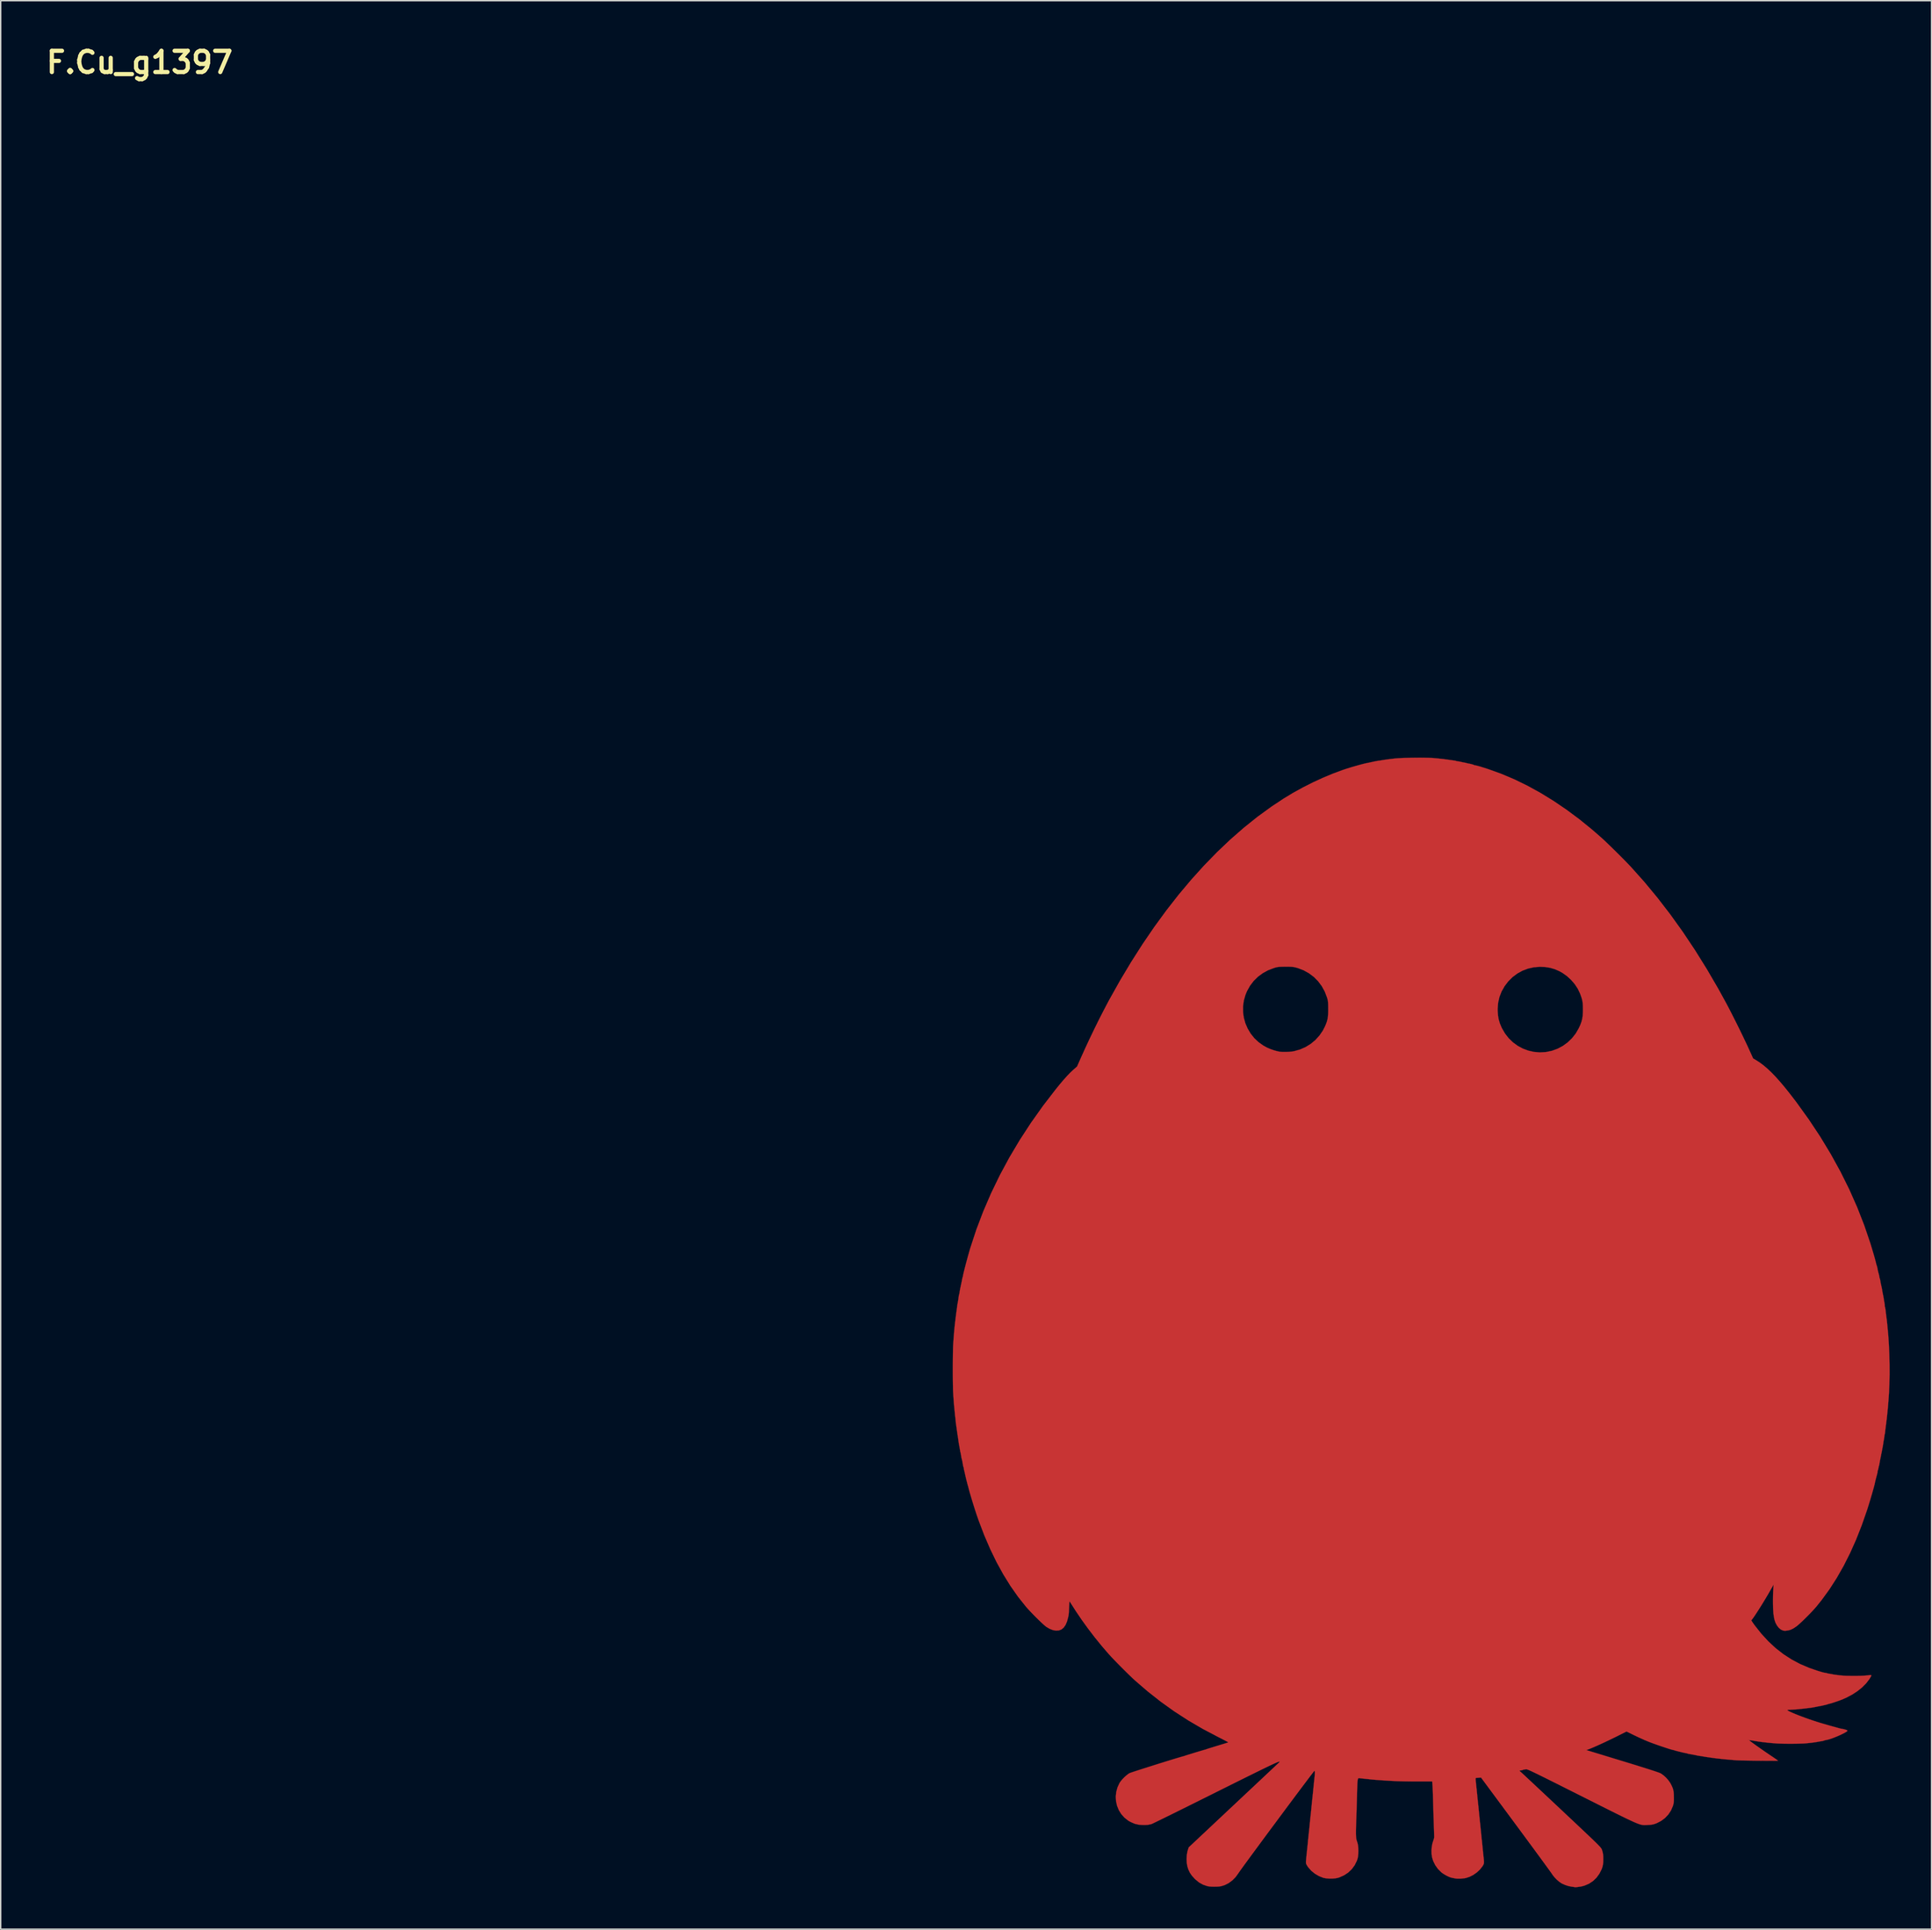
<source format=kicad_pcb>
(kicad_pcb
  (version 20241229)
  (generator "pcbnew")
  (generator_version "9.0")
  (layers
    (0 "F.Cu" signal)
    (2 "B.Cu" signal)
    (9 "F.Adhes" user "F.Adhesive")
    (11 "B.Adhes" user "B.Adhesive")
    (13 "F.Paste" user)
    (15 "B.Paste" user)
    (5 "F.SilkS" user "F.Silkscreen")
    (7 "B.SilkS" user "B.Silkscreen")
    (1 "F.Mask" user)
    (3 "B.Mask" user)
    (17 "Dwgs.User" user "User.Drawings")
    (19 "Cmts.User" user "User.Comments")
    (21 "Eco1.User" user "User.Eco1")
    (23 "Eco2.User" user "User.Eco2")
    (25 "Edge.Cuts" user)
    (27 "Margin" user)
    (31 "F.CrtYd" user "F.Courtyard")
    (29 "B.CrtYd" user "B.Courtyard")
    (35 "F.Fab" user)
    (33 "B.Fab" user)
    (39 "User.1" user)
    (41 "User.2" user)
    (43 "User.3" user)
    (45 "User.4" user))
  (footprint "F.Cu_g1397"
    (layer "F.Cu")
    (at 6.938 1.418)
    (property "Reference" "F.Cu_g1397" (at 0 0 0) (layer "F.SilkS") (effects (font (size 1.524 1.524) (thickness 0.3))))
    (attr through_hole)
    (fp_poly (pts (xy 91.952 49.768) (xy 92.219 49.774) (xy 92.446 49.783) (xy 92.583 49.793) (xy 92.884 49.82) (xy 93.142 49.847) (xy 93.378 49.875) (xy 93.614 49.908) (xy 93.726 49.924) (xy 93.803 49.935) (xy 93.912 49.95) (xy 93.98 49.959) (xy 94.081 49.973) (xy 94.155 49.988) (xy 94.179 49.996) (xy 94.225 50.01) (xy 94.305 50.024) (xy 94.319 50.026) (xy 94.429 50.043) (xy 94.548 50.068) (xy 94.564 50.072) (xy 94.672 50.096) (xy 94.77 50.115) (xy 94.785 50.117) (xy 94.879 50.136) (xy 94.944 50.154) (xy 95.02 50.174) (xy 95.059 50.181) (xy 95.145 50.195) (xy 95.253 50.22) (xy 95.362 50.25) (xy 95.451 50.279) (xy 95.496 50.3) (xy 95.53 50.318) (xy 95.536 50.314) (xy 95.565 50.312) (xy 95.65 50.33) (xy 95.785 50.366) (xy 95.967 50.419) (xy 96.19 50.488) (xy 96.451 50.572) (xy 96.488 50.584) (xy 97.422 50.92) (xy 98.359 51.317) (xy 99.298 51.775) (xy 100.235 52.291) (xy 101.168 52.865) (xy 102.094 53.494) (xy 103.012 54.177) (xy 103.918 54.913) (xy 104.569 55.48) (xy 104.744 55.641) (xy 104.954 55.839) (xy 105.19 56.065) (xy 105.441 56.31) (xy 105.699 56.565) (xy 105.955 56.82) (xy 106.199 57.066) (xy 106.423 57.295) (xy 106.617 57.498) (xy 106.693 57.579) (xy 107.654 58.655) (xy 108.593 59.789) (xy 109.511 60.981) (xy 110.406 62.23) (xy 111.277 63.534) (xy 112.124 64.893) (xy 112.946 66.304) (xy 113.516 67.342) (xy 113.685 67.662) (xy 113.873 68.027) (xy 114.074 68.424) (xy 114.282 68.839) (xy 114.49 69.261) (xy 114.691 69.675) (xy 114.879 70.068) (xy 115.049 70.429) (xy 115.153 70.657) (xy 115.44 71.29) (xy 115.672 71.429) (xy 115.931 71.598) (xy 116.193 71.795) (xy 116.463 72.025) (xy 116.744 72.29) (xy 117.037 72.593) (xy 117.347 72.939) (xy 117.677 73.329) (xy 118.029 73.768) (xy 118.407 74.258) (xy 118.543 74.438) (xy 119.42 75.656) (xy 120.236 76.887) (xy 120.99 78.132) (xy 121.683 79.39) (xy 122.314 80.66) (xy 122.883 81.943) (xy 123.39 83.239) (xy 123.834 84.546) (xy 124.08 85.367) (xy 124.131 85.549) (xy 124.176 85.713) (xy 124.212 85.849) (xy 124.236 85.945) (xy 124.245 85.987) (xy 124.261 86.058) (xy 124.275 86.09) (xy 124.295 86.144) (xy 124.319 86.239) (xy 124.343 86.352) (xy 124.353 86.408) (xy 124.364 86.472) (xy 124.38 86.541) (xy 124.406 86.638) (xy 124.425 86.703) (xy 124.452 86.812) (xy 124.472 86.912) (xy 124.475 86.933) (xy 124.489 87.009) (xy 124.504 87.053) (xy 124.52 87.101) (xy 124.537 87.183) (xy 124.54 87.205) (xy 124.56 87.326) (xy 124.581 87.431) (xy 124.609 87.555) (xy 124.617 87.586) (xy 124.643 87.706) (xy 124.666 87.827) (xy 124.668 87.84) (xy 124.684 87.942) (xy 124.697 88.02) (xy 124.713 88.103) (xy 124.737 88.217) (xy 124.74 88.233) (xy 124.764 88.355) (xy 124.784 88.471) (xy 124.791 88.519) (xy 124.806 88.616) (xy 124.827 88.739) (xy 124.839 88.802) (xy 124.855 88.899) (xy 124.862 88.967) (xy 124.859 88.988) (xy 124.858 89.024) (xy 124.872 89.073) (xy 124.89 89.142) (xy 124.908 89.249) (xy 124.921 89.348) (xy 124.934 89.468) (xy 124.946 89.574) (xy 124.954 89.63) (xy 124.978 89.817) (xy 125.001 90) (xy 125.015 90.122) (xy 125.026 90.231) (xy 125.04 90.362) (xy 125.046 90.424) (xy 125.107 91.08) (xy 125.153 91.772) (xy 125.185 92.484) (xy 125.201 93.202) (xy 125.203 93.911) (xy 125.19 94.594) (xy 125.161 95.238) (xy 125.144 95.488) (xy 125.127 95.715) (xy 125.114 95.89) (xy 125.104 96.025) (xy 125.095 96.131) (xy 125.088 96.219) (xy 125.081 96.298) (xy 125.053 96.58) (xy 125.027 96.837) (xy 125.003 97.055) (xy 124.987 97.187) (xy 124.974 97.288) (xy 124.958 97.411) (xy 124.953 97.457) (xy 124.938 97.567) (xy 124.926 97.664) (xy 124.922 97.695) (xy 124.913 97.768) (xy 124.9 97.878) (xy 124.889 97.98) (xy 124.876 98.089) (xy 124.863 98.172) (xy 124.853 98.209) (xy 124.842 98.251) (xy 124.83 98.335) (xy 124.823 98.4) (xy 124.81 98.504) (xy 124.797 98.586) (xy 124.79 98.614) (xy 124.777 98.672) (xy 124.763 98.765) (xy 124.758 98.804) (xy 124.739 98.934) (xy 124.716 99.069) (xy 124.711 99.092) (xy 124.689 99.204) (xy 124.67 99.307) (xy 124.667 99.33) (xy 124.647 99.436) (xy 124.63 99.52) (xy 124.611 99.605) (xy 124.599 99.663) (xy 124.587 99.731) (xy 124.575 99.79) (xy 124.528 100.021) (xy 124.511 100.108) (xy 124.496 100.193) (xy 124.479 100.298) (xy 124.477 100.311) (xy 124.461 100.397) (xy 124.444 100.456) (xy 124.441 100.462) (xy 124.425 100.511) (xy 124.411 100.592) (xy 124.409 100.604) (xy 124.391 100.698) (xy 124.367 100.77) (xy 124.365 100.774) (xy 124.346 100.825) (xy 124.349 100.843) (xy 124.347 100.878) (xy 124.332 100.958) (xy 124.305 101.067) (xy 124.299 101.093) (xy 124.266 101.215) (xy 124.239 101.317) (xy 124.222 101.381) (xy 124.221 101.386) (xy 124.183 101.537) (xy 124.156 101.662) (xy 124.154 101.677) (xy 124.133 101.77) (xy 124.096 101.913) (xy 124.046 102.098) (xy 123.985 102.313) (xy 123.917 102.55) (xy 123.844 102.797) (xy 123.769 103.046) (xy 123.695 103.287) (xy 123.625 103.509) (xy 123.586 103.63) (xy 123.209 104.711) (xy 122.805 105.735) (xy 122.372 106.704) (xy 121.91 107.619) (xy 121.418 108.482) (xy 120.897 109.293) (xy 120.344 110.054) (xy 119.956 110.538) (xy 119.832 110.679) (xy 119.679 110.846) (xy 119.506 111.027) (xy 119.321 111.215) (xy 119.135 111.401) (xy 118.955 111.575) (xy 118.791 111.728) (xy 118.652 111.851) (xy 118.555 111.931) (xy 118.331 112.083) (xy 118.132 112.18) (xy 117.999 112.22) (xy 117.857 112.246) (xy 117.758 112.259) (xy 117.681 112.259) (xy 117.607 112.246) (xy 117.575 112.238) (xy 117.419 112.165) (xy 117.272 112.039) (xy 117.143 111.872) (xy 117.037 111.672) (xy 116.964 111.451) (xy 116.945 111.355) (xy 116.93 111.267) (xy 116.918 111.197) (xy 116.896 111.039) (xy 116.88 110.831) (xy 116.868 110.584) (xy 116.862 110.311) (xy 116.861 110.023) (xy 116.865 109.734) (xy 116.876 109.455) (xy 116.883 109.331) (xy 116.907 108.95) (xy 116.608 109.474) (xy 116.477 109.701) (xy 116.336 109.938) (xy 116.19 110.18) (xy 116.043 110.419) (xy 115.898 110.65) (xy 115.76 110.866) (xy 115.633 111.06) (xy 115.522 111.227) (xy 115.429 111.36) (xy 115.36 111.452) (xy 115.317 111.497) (xy 115.312 111.5) (xy 115.321 111.528) (xy 115.362 111.597) (xy 115.429 111.698) (xy 115.517 111.822) (xy 115.56 111.881) (xy 116.035 112.48) (xy 116.532 113.02) (xy 117.055 113.505) (xy 117.607 113.935) (xy 118.191 114.313) (xy 118.808 114.641) (xy 119.463 114.92) (xy 120.031 115.116) (xy 120.204 115.169) (xy 120.329 115.206) (xy 120.419 115.232) (xy 120.487 115.249) (xy 120.545 115.26) (xy 120.607 115.27) (xy 120.615 115.271) (xy 120.696 115.286) (xy 120.749 115.302) (xy 120.751 115.303) (xy 120.799 115.318) (xy 120.881 115.332) (xy 120.897 115.334) (xy 121 115.349) (xy 121.09 115.366) (xy 121.094 115.368) (xy 121.192 115.388) (xy 121.253 115.398) (xy 121.478 115.427) (xy 121.663 115.449) (xy 121.822 115.465) (xy 121.973 115.476) (xy 122.132 115.482) (xy 122.315 115.485) (xy 122.539 115.486) (xy 122.65 115.486) (xy 122.905 115.486) (xy 123.11 115.483) (xy 123.282 115.477) (xy 123.434 115.468) (xy 123.582 115.455) (xy 123.739 115.436) (xy 123.801 115.428) (xy 123.87 115.428) (xy 123.904 115.442) (xy 123.895 115.478) (xy 123.856 115.554) (xy 123.796 115.656) (xy 123.757 115.717) (xy 123.527 116.019) (xy 123.241 116.307) (xy 122.904 116.578) (xy 122.524 116.826) (xy 122.106 117.047) (xy 121.781 117.188) (xy 121.646 117.239) (xy 121.488 117.296) (xy 121.323 117.352) (xy 121.165 117.404) (xy 121.028 117.447) (xy 120.927 117.475) (xy 120.888 117.483) (xy 120.82 117.5) (xy 120.793 117.512) (xy 120.748 117.527) (xy 120.658 117.552) (xy 120.54 117.58) (xy 120.411 117.61) (xy 120.288 117.636) (xy 120.19 117.654) (xy 120.098 117.67) (xy 120.031 117.683) (xy 119.861 117.718) (xy 119.733 117.742) (xy 119.626 117.76) (xy 119.521 117.774) (xy 119.491 117.778) (xy 119.374 117.792) (xy 119.271 117.805) (xy 119.221 117.811) (xy 119.124 117.823) (xy 118.976 117.839) (xy 118.79 117.858) (xy 118.618 117.875) (xy 118.49 117.886) (xy 118.336 117.896) (xy 118.221 117.903) (xy 118.096 117.909) (xy 117.987 117.915) (xy 117.919 117.918) (xy 117.891 117.931) (xy 117.916 117.961) (xy 117.992 118.007) (xy 118.11 118.067) (xy 118.267 118.137) (xy 118.457 118.217) (xy 118.673 118.304) (xy 118.912 118.395) (xy 119.166 118.489) (xy 119.43 118.583) (xy 119.7 118.675) (xy 119.969 118.764) (xy 120.232 118.846) (xy 120.475 118.918) (xy 120.631 118.962) (xy 120.768 119.002) (xy 120.872 119.032) (xy 120.93 119.049) (xy 120.936 119.051) (xy 120.977 119.064) (xy 120.983 119.065) (xy 121.013 119.072) (xy 121.098 119.095) (xy 121.233 119.133) (xy 121.413 119.182) (xy 121.618 119.24) (xy 121.697 119.258) (xy 121.779 119.273) (xy 121.934 119.303) (xy 122.062 119.338) (xy 122.151 119.374) (xy 122.189 119.407) (xy 122.19 119.411) (xy 122.162 119.45) (xy 122.083 119.505) (xy 121.964 119.574) (xy 121.813 119.65) (xy 121.641 119.732) (xy 121.456 119.813) (xy 121.269 119.889) (xy 121.089 119.958) (xy 120.925 120.013) (xy 120.786 120.052) (xy 120.745 120.06) (xy 120.612 120.087) (xy 120.53 120.109) (xy 120.496 120.123) (xy 120.449 120.139) (xy 120.367 120.155) (xy 120.345 120.159) (xy 120.247 120.174) (xy 120.167 120.188) (xy 120.158 120.19) (xy 119.885 120.237) (xy 119.583 120.277) (xy 119.237 120.312) (xy 119.126 120.322) (xy 118.994 120.329) (xy 118.812 120.335) (xy 118.593 120.339) (xy 118.348 120.342) (xy 118.092 120.343) (xy 117.837 120.342) (xy 117.596 120.339) (xy 117.382 120.334) (xy 117.207 120.328) (xy 117.126 120.323) (xy 116.793 120.297) (xy 116.459 120.265) (xy 116.141 120.229) (xy 115.855 120.192) (xy 115.641 120.159) (xy 115.454 120.127) (xy 115.321 120.105) (xy 115.235 120.093) (xy 115.187 120.09) (xy 115.17 120.095) (xy 115.175 120.108) (xy 115.191 120.124) (xy 115.242 120.166) (xy 115.339 120.239) (xy 115.472 120.336) (xy 115.633 120.453) (xy 115.816 120.582) (xy 116.012 120.72) (xy 116.213 120.86) (xy 116.411 120.996) (xy 116.599 121.124) (xy 116.689 121.185) (xy 116.851 121.293) (xy 116.992 121.39) (xy 117.106 121.469) (xy 117.185 121.526) (xy 117.22 121.554) (xy 117.221 121.556) (xy 117.191 121.56) (xy 117.104 121.562) (xy 116.969 121.563) (xy 116.794 121.564) (xy 116.585 121.564) (xy 116.35 121.562) (xy 116.097 121.561) (xy 115.833 121.558) (xy 115.567 121.556) (xy 115.304 121.552) (xy 115.054 121.549) (xy 114.823 121.545) (xy 114.62 121.541) (xy 114.451 121.536) (xy 114.324 121.532) (xy 114.252 121.528) (xy 113.94 121.502) (xy 113.672 121.479) (xy 113.43 121.457) (xy 113.197 121.434) (xy 113.125 121.426) (xy 112.942 121.406) (xy 112.786 121.388) (xy 112.629 121.368) (xy 112.442 121.342) (xy 112.395 121.335) (xy 112.279 121.318) (xy 112.173 121.303) (xy 111.994 121.276) (xy 111.787 121.241) (xy 111.776 121.239) (xy 111.705 121.227) (xy 111.605 121.213) (xy 111.57 121.208) (xy 111.468 121.192) (xy 111.386 121.175) (xy 111.368 121.17) (xy 111.29 121.151) (xy 111.225 121.139) (xy 111.135 121.124) (xy 111.077 121.112) (xy 111.004 121.098) (xy 110.906 121.082) (xy 110.89 121.08) (xy 110.804 121.064) (xy 110.745 121.047) (xy 110.739 121.044) (xy 110.688 121.027) (xy 110.624 121.015) (xy 110.556 121.003) (xy 110.447 120.979) (xy 110.311 120.947) (xy 110.166 120.911) (xy 110.027 120.876) (xy 109.912 120.846) (xy 109.837 120.824) (xy 109.823 120.819) (xy 109.754 120.798) (xy 109.7 120.786) (xy 109.623 120.768) (xy 109.496 120.731) (xy 109.33 120.679) (xy 109.136 120.615) (xy 108.923 120.544) (xy 108.702 120.468) (xy 108.483 120.391) (xy 108.277 120.317) (xy 108.093 120.248) (xy 107.966 120.199) (xy 107.771 120.118) (xy 107.644 120.063) (xy 115.094 120.063) (xy 115.11 120.079) (xy 115.126 120.063) (xy 115.11 120.047) (xy 115.094 120.063) (xy 107.644 120.063) (xy 107.542 120.018) (xy 107.3 119.909) (xy 107.067 119.8) (xy 106.937 119.738) (xy 106.385 119.467) (xy 105.644 119.837) (xy 105.376 119.969) (xy 105.096 120.104) (xy 104.814 120.237) (xy 104.538 120.365) (xy 104.279 120.482) (xy 104.045 120.585) (xy 103.847 120.669) (xy 103.693 120.731) (xy 103.657 120.744) (xy 103.507 120.798) (xy 106.086 121.585) (xy 106.606 121.744) (xy 107.068 121.886) (xy 107.472 122.012) (xy 107.821 122.122) (xy 108.116 122.216) (xy 108.358 122.295) (xy 108.55 122.36) (xy 108.694 122.411) (xy 108.79 122.449) (xy 108.836 122.471) (xy 109.021 122.6) (xy 109.207 122.769) (xy 109.376 122.959) (xy 109.51 123.15) (xy 109.542 123.208) (xy 109.628 123.38) (xy 109.69 123.526) (xy 109.73 123.664) (xy 109.755 123.812) (xy 109.768 123.987) (xy 109.772 124.206) (xy 109.771 124.384) (xy 109.764 124.521) (xy 109.746 124.635) (xy 109.716 124.75) (xy 109.699 124.805) (xy 109.563 125.12) (xy 109.374 125.406) (xy 109.138 125.657) (xy 108.86 125.866) (xy 108.548 126.027) (xy 108.49 126.05) (xy 108.377 126.09) (xy 108.277 126.118) (xy 108.172 126.137) (xy 108.044 126.149) (xy 107.875 126.159) (xy 107.833 126.161) (xy 107.763 126.164) (xy 107.699 126.166) (xy 107.637 126.166) (xy 107.575 126.163) (xy 107.509 126.154) (xy 107.437 126.14) (xy 107.355 126.118) (xy 107.26 126.087) (xy 107.15 126.046) (xy 107.021 125.993) (xy 106.871 125.927) (xy 106.695 125.847) (xy 106.492 125.752) (xy 106.258 125.639) (xy 105.991 125.508) (xy 105.686 125.358) (xy 105.342 125.187) (xy 104.954 124.993) (xy 104.521 124.776) (xy 104.039 124.533) (xy 103.505 124.265) (xy 103.171 124.097) (xy 102.623 123.822) (xy 102.129 123.574) (xy 101.686 123.351) (xy 101.291 123.153) (xy 100.941 122.978) (xy 100.634 122.825) (xy 100.366 122.692) (xy 100.134 122.578) (xy 99.937 122.481) (xy 99.77 122.401) (xy 99.631 122.335) (xy 99.517 122.282) (xy 99.425 122.242) (xy 99.353 122.212) (xy 99.297 122.191) (xy 99.254 122.178) (xy 99.222 122.172) (xy 99.198 122.17) (xy 99.179 122.172) (xy 99.176 122.173) (xy 99.101 122.187) (xy 99.062 122.187) (xy 99.06 122.185) (xy 99.037 122.187) (xy 98.998 122.205) (xy 98.923 122.232) (xy 98.832 122.251) (xy 98.758 122.261) (xy 98.718 122.267) (xy 98.717 122.267) (xy 98.735 122.288) (xy 98.79 122.34) (xy 98.872 122.416) (xy 98.912 122.452) (xy 98.962 122.497) (xy 99.054 122.583) (xy 99.187 122.707) (xy 99.356 122.865) (xy 99.559 123.055) (xy 99.793 123.274) (xy 100.054 123.518) (xy 100.339 123.785) (xy 100.645 124.073) (xy 100.97 124.377) (xy 101.308 124.695) (xy 101.659 125.025) (xy 101.835 125.19) (xy 102.248 125.579) (xy 102.618 125.927) (xy 102.946 126.236) (xy 103.235 126.509) (xy 103.488 126.748) (xy 103.708 126.957) (xy 103.896 127.136) (xy 104.055 127.29) (xy 104.188 127.42) (xy 104.298 127.528) (xy 104.386 127.618) (xy 104.455 127.691) (xy 104.509 127.751) (xy 104.548 127.799) (xy 104.577 127.838) (xy 104.597 127.871) (xy 104.611 127.899) (xy 104.616 127.913) (xy 104.669 128.076) (xy 104.702 128.239) (xy 104.719 128.425) (xy 104.722 128.603) (xy 104.717 128.825) (xy 104.696 129.005) (xy 104.658 129.168) (xy 104.603 129.325) (xy 104.441 129.646) (xy 104.235 129.929) (xy 103.988 130.167) (xy 103.705 130.356) (xy 103.394 130.492) (xy 103.272 130.528) (xy 103.156 130.557) (xy 103.092 130.568) (xy 102.987 130.582) (xy 102.866 130.599) (xy 102.838 130.603) (xy 102.749 130.613) (xy 102.69 130.613) (xy 102.679 130.609) (xy 102.642 130.599) (xy 102.56 130.586) (xy 102.465 130.575) (xy 102.242 130.533) (xy 102.003 130.457) (xy 101.776 130.356) (xy 101.715 130.322) (xy 101.555 130.21) (xy 101.386 130.064) (xy 101.229 129.9) (xy 101.101 129.739) (xy 101.061 129.678) (xy 101.029 129.63) (xy 100.961 129.534) (xy 100.86 129.394) (xy 100.728 129.212) (xy 100.568 128.992) (xy 100.382 128.736) (xy 100.172 128.449) (xy 99.94 128.134) (xy 99.69 127.792) (xy 99.422 127.429) (xy 99.141 127.047) (xy 98.847 126.648) (xy 98.543 126.237) (xy 98.462 126.127) (xy 95.973 122.762) (xy 95.842 122.773) (xy 95.741 122.781) (xy 95.657 122.788) (xy 95.644 122.789) (xy 95.62 122.79) (xy 95.603 122.797) (xy 95.592 122.816) (xy 95.587 122.856) (xy 95.589 122.924) (xy 95.598 123.028) (xy 95.613 123.176) (xy 95.634 123.376) (xy 95.646 123.492) (xy 95.659 123.606) (xy 95.673 123.75) (xy 95.692 123.935) (xy 95.711 124.127) (xy 95.724 124.259) (xy 95.737 124.389) (xy 95.744 124.452) (xy 95.757 124.579) (xy 95.771 124.709) (xy 95.773 124.722) (xy 95.795 124.936) (xy 95.822 125.21) (xy 95.837 125.365) (xy 95.863 125.62) (xy 95.884 125.832) (xy 95.901 125.984) (xy 95.919 126.146) (xy 95.942 126.372) (xy 95.964 126.603) (xy 95.99 126.858) (xy 96.011 127.07) (xy 96.028 127.222) (xy 96.046 127.385) (xy 96.069 127.61) (xy 96.091 127.841) (xy 96.12 128.132) (xy 96.145 128.367) (xy 96.157 128.476) (xy 96.176 128.653) (xy 96.185 128.781) (xy 96.182 128.875) (xy 96.166 128.951) (xy 96.133 129.022) (xy 96.083 129.104) (xy 96.07 129.124) (xy 95.892 129.35) (xy 95.672 129.555) (xy 95.423 129.73) (xy 95.159 129.866) (xy 94.895 129.953) (xy 94.802 129.971) (xy 94.507 130.004) (xy 94.266 130.004) (xy 94.139 129.987) (xy 94.021 129.964) (xy 93.914 129.942) (xy 93.869 129.934) (xy 93.747 129.897) (xy 93.594 129.83) (xy 93.429 129.743) (xy 93.27 129.646) (xy 93.135 129.548) (xy 93.128 129.542) (xy 92.895 129.309) (xy 92.7 129.036) (xy 92.552 128.737) (xy 92.472 128.482) (xy 92.437 128.249) (xy 92.43 127.989) (xy 92.449 127.726) (xy 92.494 127.484) (xy 92.535 127.349) (xy 92.577 127.226) (xy 92.609 127.116) (xy 92.623 127.04) (xy 92.624 127.032) (xy 92.623 126.976) (xy 92.62 126.868) (xy 92.615 126.72) (xy 92.609 126.541) (xy 92.603 126.345) (xy 92.602 126.333) (xy 92.588 125.92) (xy 92.575 125.538) (xy 92.564 125.166) (xy 92.553 124.781) (xy 92.541 124.363) (xy 92.537 124.206) (xy 92.531 123.989) (xy 92.524 123.775) (xy 92.516 123.579) (xy 92.508 123.416) (xy 92.501 123.301) (xy 92.501 123.299) (xy 92.481 123.043) (xy 91.476 123.044) (xy 90.938 123.042) (xy 90.451 123.036) (xy 90.004 123.023) (xy 89.585 123.005) (xy 89.249 122.985) (xy 88.947 122.965) (xy 88.699 122.948) (xy 88.495 122.933) (xy 88.327 122.919) (xy 88.185 122.907) (xy 88.059 122.894) (xy 88.011 122.888) (xy 87.91 122.877) (xy 87.787 122.864) (xy 87.741 122.86) (xy 87.56 122.841) (xy 87.413 122.825) (xy 87.31 122.813) (xy 87.261 122.807) (xy 87.226 122.804) (xy 87.197 122.815) (xy 87.175 122.845) (xy 87.157 122.902) (xy 87.142 122.989) (xy 87.131 123.115) (xy 87.122 123.285) (xy 87.114 123.504) (xy 87.107 123.78) (xy 87.105 123.841) (xy 87.094 124.272) (xy 87.083 124.672) (xy 87.071 125.062) (xy 87.058 125.466) (xy 87.043 125.905) (xy 87.039 126.016) (xy 87.029 126.321) (xy 87.024 126.571) (xy 87.024 126.773) (xy 87.028 126.935) (xy 87.038 127.065) (xy 87.053 127.17) (xy 87.074 127.258) (xy 87.092 127.31) (xy 87.141 127.464) (xy 87.173 127.618) (xy 87.19 127.792) (xy 87.195 128.007) (xy 87.195 128.016) (xy 87.191 128.232) (xy 87.174 128.406) (xy 87.143 128.557) (xy 87.094 128.706) (xy 87.088 128.722) (xy 86.93 129.042) (xy 86.722 129.324) (xy 86.468 129.564) (xy 86.172 129.76) (xy 85.838 129.909) (xy 85.739 129.941) (xy 85.563 129.977) (xy 85.349 129.996) (xy 85.121 129.997) (xy 84.903 129.981) (xy 84.718 129.948) (xy 84.693 129.941) (xy 84.384 129.819) (xy 84.094 129.649) (xy 83.835 129.44) (xy 83.621 129.201) (xy 83.559 129.112) (xy 83.495 129.009) (xy 83.459 128.933) (xy 83.446 128.86) (xy 83.449 128.764) (xy 83.453 128.715) (xy 83.477 128.446) (xy 83.504 128.176) (xy 83.518 128.048) (xy 83.536 127.886) (xy 83.558 127.671) (xy 83.582 127.429) (xy 83.609 127.151) (xy 83.631 126.938) (xy 83.645 126.809) (xy 83.663 126.648) (xy 83.685 126.433) (xy 83.709 126.19) (xy 83.736 125.913) (xy 83.758 125.699) (xy 83.772 125.571) (xy 83.79 125.409) (xy 83.812 125.195) (xy 83.836 124.952) (xy 83.863 124.675) (xy 83.885 124.456) (xy 83.9 124.317) (xy 83.931 124.027) (xy 83.958 123.763) (xy 83.963 123.714) (xy 83.985 123.485) (xy 84.003 123.308) (xy 84.017 123.171) (xy 84.027 123.079) (xy 84.047 122.887) (xy 84.062 122.745) (xy 84.072 122.64) (xy 84.078 122.556) (xy 84.082 122.482) (xy 84.084 122.447) (xy 84.081 122.351) (xy 84.066 122.291) (xy 84.056 122.279) (xy 84.033 122.303) (xy 83.976 122.374) (xy 83.887 122.49) (xy 83.767 122.646) (xy 83.62 122.84) (xy 83.449 123.067) (xy 83.255 123.325) (xy 83.042 123.609) (xy 82.811 123.917) (xy 82.567 124.244) (xy 82.31 124.588) (xy 82.044 124.945) (xy 81.772 125.312) (xy 81.495 125.684) (xy 81.217 126.059) (xy 80.94 126.432) (xy 80.666 126.802) (xy 80.399 127.163) (xy 80.141 127.513) (xy 79.894 127.848) (xy 79.661 128.164) (xy 79.444 128.459) (xy 79.247 128.729) (xy 79.071 128.969) (xy 78.92 129.178) (xy 78.795 129.35) (xy 78.7 129.484) (xy 78.637 129.574) (xy 78.613 129.611) (xy 78.414 129.887) (xy 78.178 130.125) (xy 77.913 130.32) (xy 77.628 130.464) (xy 77.373 130.542) (xy 77.239 130.561) (xy 77.067 130.572) (xy 76.877 130.575) (xy 76.688 130.571) (xy 76.523 130.558) (xy 76.4 130.538) (xy 76.399 130.538) (xy 76.09 130.432) (xy 75.81 130.277) (xy 75.548 130.065) (xy 75.484 130.003) (xy 75.289 129.787) (xy 75.143 129.574) (xy 75.035 129.346) (xy 74.961 129.109) (xy 74.92 128.867) (xy 74.907 128.595) (xy 74.922 128.321) (xy 74.965 128.068) (xy 74.991 127.976) (xy 75.06 127.762) (xy 78.225 124.789) (xy 78.606 124.431) (xy 78.975 124.084) (xy 79.33 123.751) (xy 79.667 123.435) (xy 79.984 123.137) (xy 80.279 122.86) (xy 80.547 122.607) (xy 80.788 122.381) (xy 80.998 122.184) (xy 81.174 122.018) (xy 81.313 121.887) (xy 81.413 121.793) (xy 81.471 121.738) (xy 81.484 121.726) (xy 81.522 121.689) (xy 81.548 121.659) (xy 81.561 121.637) (xy 81.558 121.625) (xy 81.537 121.623) (xy 81.495 121.632) (xy 81.431 121.655) (xy 81.342 121.69) (xy 81.225 121.741) (xy 81.079 121.807) (xy 80.901 121.891) (xy 80.689 121.992) (xy 80.44 122.112) (xy 80.152 122.253) (xy 79.824 122.414) (xy 79.452 122.598) (xy 79.034 122.805) (xy 78.569 123.036) (xy 78.053 123.293) (xy 77.485 123.577) (xy 76.965 123.836) (xy 76.463 124.087) (xy 75.976 124.329) (xy 75.506 124.563) (xy 75.058 124.786) (xy 74.633 124.996) (xy 74.236 125.193) (xy 73.869 125.375) (xy 73.535 125.539) (xy 73.238 125.686) (xy 72.98 125.812) (xy 72.765 125.917) (xy 72.595 125.999) (xy 72.474 126.057) (xy 72.405 126.089) (xy 72.39 126.095) (xy 72.303 126.112) (xy 72.202 126.136) (xy 72.198 126.137) (xy 72.106 126.15) (xy 71.977 126.157) (xy 71.828 126.158) (xy 71.676 126.153) (xy 71.538 126.143) (xy 71.432 126.129) (xy 71.379 126.114) (xy 71.327 126.092) (xy 71.311 126.094) (xy 71.285 126.097) (xy 71.216 126.076) (xy 71.118 126.038) (xy 71.005 125.988) (xy 70.889 125.933) (xy 70.785 125.878) (xy 70.724 125.84) (xy 70.455 125.625) (xy 70.232 125.373) (xy 70.058 125.09) (xy 69.934 124.783) (xy 69.861 124.46) (xy 69.841 124.128) (xy 69.876 123.793) (xy 69.967 123.464) (xy 70.115 123.146) (xy 70.12 123.139) (xy 70.208 123.013) (xy 70.331 122.87) (xy 70.473 122.726) (xy 70.62 122.595) (xy 70.755 122.492) (xy 70.818 122.454) (xy 70.868 122.434) (xy 70.971 122.398) (xy 71.122 122.347) (xy 71.314 122.284) (xy 71.541 122.211) (xy 71.795 122.129) (xy 72.072 122.041) (xy 72.363 121.949) (xy 72.663 121.854) (xy 72.964 121.759) (xy 73.261 121.667) (xy 73.547 121.578) (xy 73.815 121.495) (xy 74.06 121.42) (xy 74.273 121.356) (xy 74.449 121.304) (xy 74.581 121.265) (xy 74.663 121.244) (xy 74.676 121.241) (xy 74.749 121.219) (xy 74.771 121.211) (xy 74.817 121.195) (xy 74.913 121.164) (xy 75.048 121.122) (xy 75.21 121.072) (xy 75.389 121.017) (xy 75.575 120.96) (xy 75.757 120.905) (xy 75.924 120.855) (xy 76.065 120.814) (xy 76.169 120.784) (xy 76.226 120.768) (xy 76.232 120.767) (xy 76.296 120.748) (xy 76.311 120.741) (xy 76.349 120.727) (xy 76.439 120.697) (xy 76.573 120.655) (xy 76.742 120.603) (xy 76.938 120.543) (xy 77.105 120.492) (xy 77.314 120.428) (xy 77.504 120.37) (xy 77.665 120.321) (xy 77.788 120.282) (xy 77.866 120.257) (xy 77.89 120.248) (xy 77.869 120.231) (xy 77.799 120.189) (xy 77.685 120.127) (xy 77.536 120.049) (xy 77.358 119.957) (xy 77.16 119.857) (xy 76.068 119.281) (xy 75.026 118.672) (xy 74.026 118.024) (xy 73.061 117.333) (xy 72.123 116.594) (xy 71.247 115.839) (xy 71.08 115.686) (xy 70.881 115.496) (xy 70.657 115.279) (xy 70.42 115.044) (xy 70.179 114.803) (xy 69.943 114.563) (xy 69.723 114.335) (xy 69.527 114.129) (xy 69.366 113.954) (xy 69.334 113.919) (xy 68.839 113.344) (xy 68.344 112.734) (xy 67.863 112.106) (xy 67.406 111.473) (xy 66.985 110.851) (xy 66.77 110.514) (xy 66.685 110.38) (xy 66.613 110.269) (xy 66.56 110.189) (xy 66.532 110.151) (xy 66.529 110.149) (xy 66.525 110.182) (xy 66.519 110.266) (xy 66.512 110.389) (xy 66.504 110.54) (xy 66.503 110.569) (xy 66.494 110.754) (xy 66.488 110.887) (xy 66.482 110.983) (xy 66.476 111.054) (xy 66.468 111.113) (xy 66.458 111.173) (xy 66.443 111.246) (xy 66.435 111.284) (xy 66.354 111.588) (xy 66.249 111.836) (xy 66.118 112.026) (xy 65.963 112.157) (xy 65.954 112.163) (xy 65.772 112.233) (xy 65.567 112.248) (xy 65.343 112.208) (xy 65.107 112.115) (xy 64.876 111.979) (xy 64.784 111.907) (xy 64.658 111.797) (xy 64.505 111.655) (xy 64.333 111.491) (xy 64.151 111.311) (xy 63.966 111.125) (xy 63.787 110.939) (xy 63.621 110.762) (xy 63.476 110.601) (xy 63.421 110.538) (xy 62.853 109.825) (xy 62.313 109.056) (xy 61.801 108.23) (xy 61.316 107.349) (xy 60.861 106.412) (xy 60.434 105.421) (xy 60.036 104.376) (xy 59.886 103.946) (xy 59.824 103.758) (xy 59.754 103.543) (xy 59.681 103.31) (xy 59.606 103.069) (xy 59.533 102.83) (xy 59.465 102.602) (xy 59.405 102.395) (xy 59.355 102.22) (xy 59.319 102.085) (xy 59.299 102) (xy 59.298 101.997) (xy 59.279 101.919) (xy 59.267 101.886) (xy 59.251 101.835) (xy 59.225 101.736) (xy 59.191 101.605) (xy 59.154 101.457) (xy 59.117 101.305) (xy 59.084 101.166) (xy 59.058 101.052) (xy 59.044 100.981) (xy 59.022 100.881) (xy 58.994 100.777) (xy 58.976 100.701) (xy 58.973 100.656) (xy 58.975 100.653) (xy 58.974 100.618) (xy 58.959 100.583) (xy 58.935 100.515) (xy 58.914 100.421) (xy 58.911 100.405) (xy 58.894 100.301) (xy 58.878 100.211) (xy 58.876 100.203) (xy 58.861 100.122) (xy 58.852 100.076) (xy 58.836 100.006) (xy 58.823 99.965) (xy 58.805 99.892) (xy 58.787 99.794) (xy 58.784 99.774) (xy 58.766 99.657) (xy 58.751 99.576) (xy 58.734 99.502) (xy 58.726 99.473) (xy 58.707 99.384) (xy 58.69 99.282) (xy 58.69 99.282) (xy 58.673 99.178) (xy 58.651 99.058) (xy 58.645 99.028) (xy 58.63 98.95) (xy 58.615 98.867) (xy 58.599 98.762) (xy 58.579 98.62) (xy 58.561 98.489) (xy 58.548 98.4) (xy 58.532 98.299) (xy 58.531 98.298) (xy 58.479 97.947) (xy 58.47 97.877) (xy 58.458 97.79) (xy 58.441 97.67) (xy 58.426 97.568) (xy 58.409 97.454) (xy 58.398 97.361) (xy 58.394 97.314) (xy 58.39 97.256) (xy 58.38 97.162) (xy 58.374 97.107) (xy 58.344 96.855) (xy 58.317 96.587) (xy 58.309 96.504) (xy 58.299 96.399) (xy 58.287 96.267) (xy 58.278 96.187) (xy 58.268 96.074) (xy 58.257 95.951) (xy 58.246 95.806) (xy 58.233 95.627) (xy 58.219 95.405) (xy 58.206 95.202) (xy 58.199 95.061) (xy 58.194 94.866) (xy 58.19 94.626) (xy 58.186 94.351) (xy 58.184 94.05) (xy 58.183 93.734) (xy 58.183 93.41) (xy 58.184 93.09) (xy 58.186 92.782) (xy 58.189 92.496) (xy 58.193 92.241) (xy 58.198 92.026) (xy 58.204 91.862) (xy 58.206 91.821) (xy 58.241 91.298) (xy 58.281 90.805) (xy 58.325 90.355) (xy 58.37 89.98) (xy 58.382 89.878) (xy 58.398 89.755) (xy 58.403 89.71) (xy 58.432 89.486) (xy 58.46 89.283) (xy 58.469 89.225) (xy 58.481 89.134) (xy 58.488 89.065) (xy 58.489 89.059) (xy 58.496 89.001) (xy 58.511 88.908) (xy 58.521 88.852) (xy 58.549 88.702) (xy 58.569 88.583) (xy 58.586 88.463) (xy 58.597 88.376) (xy 58.611 88.28) (xy 58.626 88.21) (xy 58.632 88.192) (xy 58.646 88.146) (xy 58.66 88.065) (xy 58.662 88.049) (xy 58.674 87.971) (xy 58.696 87.848) (xy 58.726 87.699) (xy 58.754 87.567) (xy 58.787 87.411) (xy 58.817 87.267) (xy 58.839 87.154) (xy 58.85 87.094) (xy 58.866 87.012) (xy 58.882 86.96) (xy 58.884 86.958) (xy 58.9 86.908) (xy 58.913 86.835) (xy 58.927 86.76) (xy 58.956 86.633) (xy 58.997 86.465) (xy 59.048 86.264) (xy 59.106 86.041) (xy 59.169 85.805) (xy 59.233 85.567) (xy 59.297 85.335) (xy 59.358 85.119) (xy 59.414 84.929) (xy 59.432 84.868) (xy 59.867 83.543) (xy 60.365 82.233) (xy 60.924 80.937) (xy 61.544 79.656) (xy 62.226 78.389) (xy 62.97 77.138) (xy 63.774 75.903) (xy 64.64 74.682) (xy 65.549 73.501) (xy 65.844 73.138) (xy 66.11 72.824) (xy 66.351 72.555) (xy 66.57 72.327) (xy 66.772 72.135) (xy 66.807 72.104) (xy 67.072 71.87) (xy 67.361 71.217) (xy 67.657 70.561) (xy 67.972 69.885) (xy 68.298 69.206) (xy 68.628 68.536) (xy 68.956 67.893) (xy 69.129 67.563) (xy 78.945 67.563) (xy 78.946 67.977) (xy 79.003 68.384) (xy 79.113 68.778) (xy 79.275 69.154) (xy 79.485 69.507) (xy 79.741 69.83) (xy 80.042 70.117) (xy 80.385 70.364) (xy 80.661 70.516) (xy 80.897 70.618) (xy 81.148 70.707) (xy 81.39 70.775) (xy 81.582 70.812) (xy 81.777 70.828) (xy 82.009 70.829) (xy 82.249 70.818) (xy 82.472 70.795) (xy 82.598 70.774) (xy 83.022 70.655) (xy 83.421 70.48) (xy 83.788 70.254) (xy 84.119 69.98) (xy 84.409 69.662) (xy 84.654 69.305) (xy 84.79 69.043) (xy 84.879 68.84) (xy 84.945 68.658) (xy 84.991 68.482) (xy 85.02 68.295) (xy 85.036 68.082) (xy 85.041 67.826) (xy 85.041 67.754) (xy 85.04 67.74) (xy 97.162 67.74) (xy 97.165 67.913) (xy 97.19 68.231) (xy 97.239 68.511) (xy 97.319 68.779) (xy 97.434 69.057) (xy 97.472 69.136) (xy 97.69 69.512) (xy 97.953 69.848) (xy 98.257 70.142) (xy 98.595 70.389) (xy 98.963 70.587) (xy 99.355 70.734) (xy 99.766 70.826) (xy 100.19 70.86) (xy 100.621 70.834) (xy 100.637 70.832) (xy 101.056 70.743) (xy 101.456 70.596) (xy 101.83 70.396) (xy 102.174 70.146) (xy 102.481 69.85) (xy 102.747 69.513) (xy 102.964 69.139) (xy 102.966 69.136) (xy 103.079 68.89) (xy 103.16 68.669) (xy 103.216 68.453) (xy 103.249 68.225) (xy 103.263 67.964) (xy 103.265 67.786) (xy 103.262 67.551) (xy 103.251 67.36) (xy 103.229 67.193) (xy 103.192 67.032) (xy 103.137 66.856) (xy 103.06 66.647) (xy 103.056 66.637) (xy 102.894 66.298) (xy 102.679 65.972) (xy 102.418 65.669) (xy 102.122 65.397) (xy 101.799 65.168) (xy 101.584 65.048) (xy 101.248 64.902) (xy 100.917 64.804) (xy 100.571 64.749) (xy 100.192 64.732) (xy 100.187 64.732) (xy 99.754 64.766) (xy 99.336 64.859) (xy 98.939 65.009) (xy 98.567 65.214) (xy 98.225 65.471) (xy 97.919 65.776) (xy 97.66 66.116) (xy 97.444 66.497) (xy 97.29 66.893) (xy 97.196 67.307) (xy 97.162 67.74) (xy 85.04 67.74) (xy 85.039 67.547) (xy 85.035 67.389) (xy 85.028 67.267) (xy 85.016 67.166) (xy 84.996 67.073) (xy 84.969 66.973) (xy 84.953 66.92) (xy 84.792 66.499) (xy 84.579 66.113) (xy 84.319 65.765) (xy 84.015 65.459) (xy 83.67 65.198) (xy 83.288 64.985) (xy 82.873 64.825) (xy 82.77 64.796) (xy 82.658 64.767) (xy 82.553 64.747) (xy 82.441 64.734) (xy 82.307 64.727) (xy 82.136 64.725) (xy 81.978 64.725) (xy 81.775 64.727) (xy 81.621 64.731) (xy 81.5 64.74) (xy 81.398 64.755) (xy 81.299 64.777) (xy 81.189 64.808) (xy 81.176 64.812) (xy 80.75 64.973) (xy 80.361 65.184) (xy 80.011 65.443) (xy 79.704 65.746) (xy 79.442 66.091) (xy 79.228 66.475) (xy 79.12 66.737) (xy 79.002 67.148) (xy 78.945 67.563) (xy 69.129 67.563) (xy 69.272 67.29) (xy 69.372 67.104) (xy 70.146 65.722) (xy 70.943 64.39) (xy 71.761 63.108) (xy 72.601 61.877) (xy 73.462 60.698) (xy 74.341 59.573) (xy 75.24 58.503) (xy 76.156 57.487) (xy 77.089 56.528) (xy 78.037 55.627) (xy 79.001 54.784) (xy 79.979 54) (xy 80.971 53.277) (xy 81.883 52.673) (xy 82.541 52.276) (xy 83.232 51.896) (xy 83.943 51.536) (xy 84.661 51.205) (xy 85.372 50.908) (xy 86.062 50.652) (xy 86.363 50.551) (xy 86.566 50.488) (xy 86.789 50.421) (xy 87.02 50.354) (xy 87.246 50.291) (xy 87.454 50.235) (xy 87.632 50.19) (xy 87.766 50.159) (xy 87.805 50.152) (xy 87.878 50.137) (xy 87.994 50.113) (xy 88.13 50.083) (xy 88.186 50.071) (xy 88.333 50.04) (xy 88.475 50.012) (xy 88.588 49.992) (xy 88.614 49.988) (xy 88.717 49.974) (xy 88.801 49.961) (xy 88.821 49.957) (xy 88.893 49.945) (xy 88.991 49.93) (xy 89.011 49.927) (xy 89.121 49.91) (xy 89.223 49.895) (xy 89.233 49.893) (xy 89.327 49.88) (xy 89.441 49.866) (xy 89.472 49.862) (xy 89.595 49.847) (xy 89.72 49.832) (xy 89.741 49.83) (xy 89.917 49.813) (xy 90.144 49.798) (xy 90.412 49.786) (xy 90.709 49.777) (xy 91.022 49.77) (xy 91.342 49.766) (xy 91.655 49.765) (xy 91.952 49.768)) (stroke (width 0.01) (type solid)) (fill yes) (layer "F.Cu")))
  (gr_rect
    (start -3 -3)
    (end 135.146 135.036)
    (stroke (width 0.1) (type default))
    (fill no)
    (layer "Edge.Cuts")))
</source>
